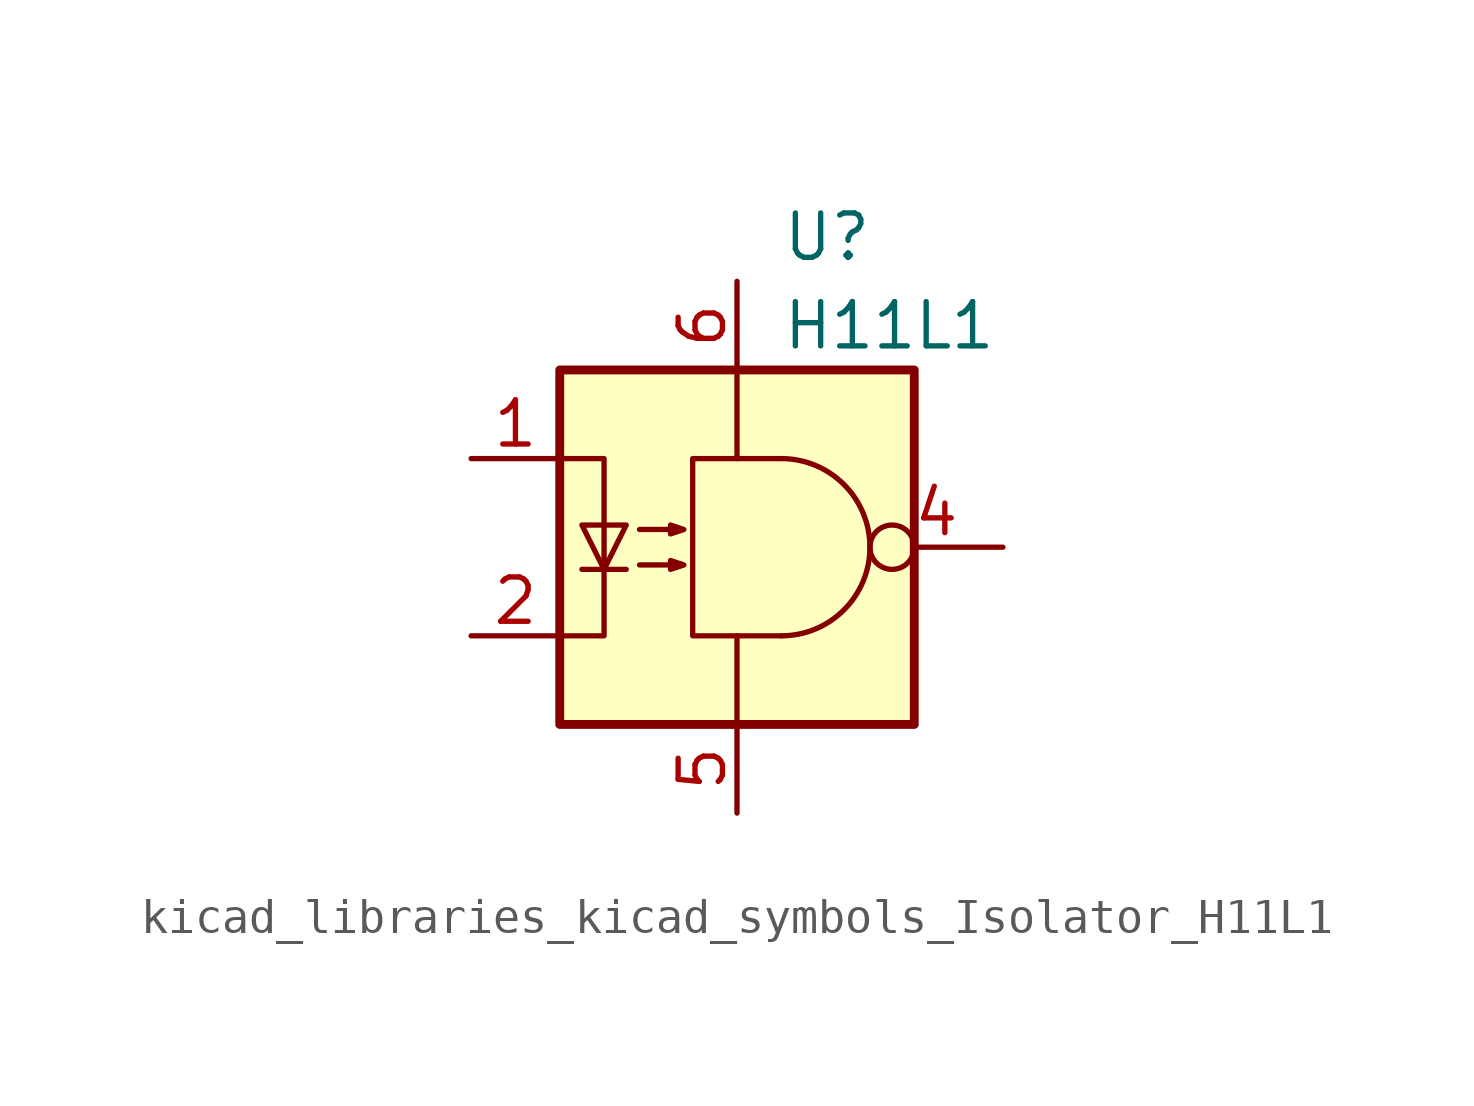
<source format=kicad_sym>
(kicad_symbol_lib
  (version 20220914)
  (generator kicad_symbol_editor)
  (symbol "kicad_libraries_kicad_symbols_Isolator_H11L1"
    (pin_names
      (offset 1.016))
    (property "Reference" "U"
      (at 1.27 8.89 0)
      (effects (font (size 1.27 1.27)) (justify left)))
    (property "Value" "H11L1"
      (at 1.27 6.35 0)
      (effects (font (size 1.27 1.27)) (justify left)))
    (symbol "kicad_libraries_kicad_symbols_Isolator_H11L1_0_1"
      (rectangle (start -5.08 5.08) (end 5.08 -5.08) (stroke (width 0.254) (type default)) (fill (type background)))
      (polyline (pts (xy -4.445 -0.635) (xy -3.175 -0.635)) (stroke (width 0) (type default)) (fill (type none)))
      (polyline (pts (xy 0 2.54) (xy 0 5.08)) (stroke (width 0) (type default)) (fill (type none)))
      (polyline (pts (xy 0 -2.54) (xy 0 -5.08) (xy 0 -3.81)) (stroke (width 0) (type default)) (fill (type none)))
      (polyline (pts (xy -5.08 -2.54) (xy -3.81 -2.54) (xy -3.81 2.54) (xy -5.08 2.54)) (stroke (width 0) (type default)) (fill (type none)))
      (polyline (pts (xy -3.81 -0.635) (xy -4.445 0.635) (xy -3.175 0.635) (xy -3.81 -0.635)) (stroke (width 0) (type default)) (fill (type none)))
      (polyline (pts (xy 1.27 -2.54) (xy -1.27 -2.54) (xy -1.27 2.54) (xy 1.27 2.54)) (stroke (width 0) (type default)) (fill (type none)))
      (polyline (pts (xy -2.794 -0.508) (xy -1.524 -0.508) (xy -1.905 -0.635) (xy -1.905 -0.381) (xy -1.524 -0.508)) (stroke (width 0) (type default)) (fill (type none)))
      (polyline (pts (xy -2.794 0.508) (xy -1.524 0.508) (xy -1.905 0.381) (xy -1.905 0.635) (xy -1.524 0.508)) (stroke (width 0) (type default)) (fill (type none)))
      (arc (start 1.27 -2.54) (mid 3.799 0) (end 1.27 2.54) (stroke (width 0) (type default)) (fill (type none))))
    (symbol "kicad_libraries_kicad_symbols_Isolator_H11L1_1_1"
      (pin passive line (at -7.62 2.54 0) (length 2.54) (name "~" (effects (font (size 1.27 1.27)))) (number "1" (effects (font (size 1.27 1.27)))))
      (pin passive line (at -7.62 -2.54 0) (length 2.54) (name "~" (effects (font (size 1.27 1.27)))) (number "2" (effects (font (size 1.27 1.27)))))
      (pin no_connect line (at -5.08 0 0) (length 2.54) hide (name "~" (effects (font (size 1.27 1.27)))) (number "3" (effects (font (size 1.27 1.27)))))
      (pin output inverted (at 7.62 0 180) (length 3.81) (name "~" (effects (font (size 1.27 1.27)))) (number "4" (effects (font (size 1.27 1.27)))))
      (pin power_in line (at 0 -7.62 90) (length 2.54) (name "~" (effects (font (size 1.27 1.27)))) (number "5" (effects (font (size 1.27 1.27)))))
      (pin power_in line (at 0 7.62 270) (length 2.54) (name "~" (effects (font (size 1.27 1.27)))) (number "6" (effects (font (size 1.27 1.27))))))))
</source>
